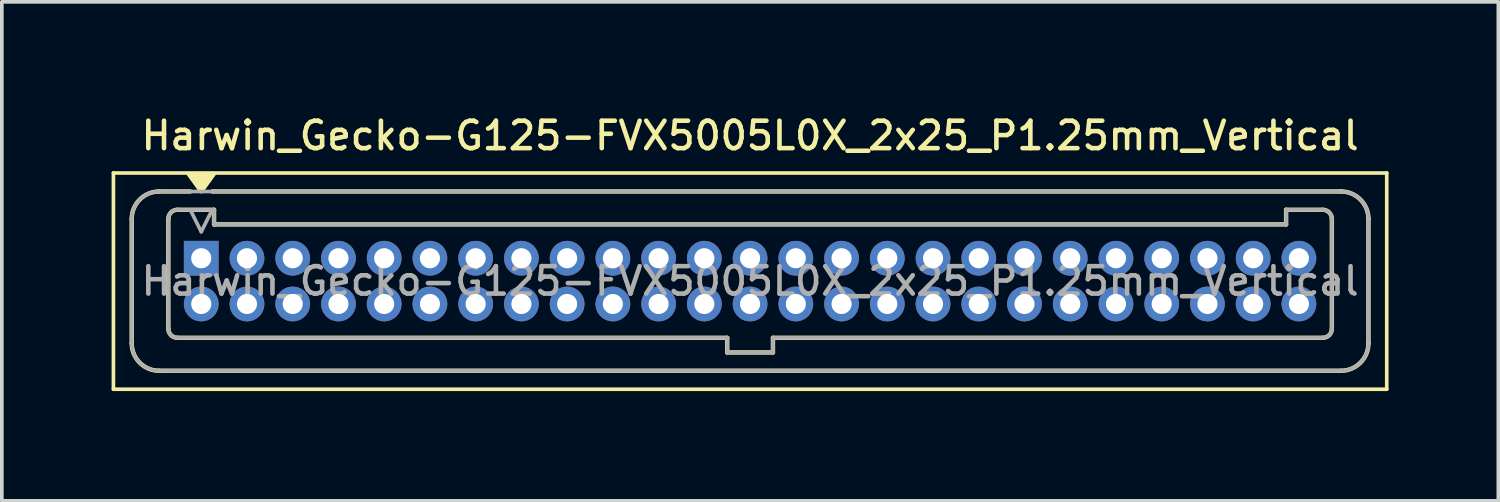
<source format=kicad_pcb>
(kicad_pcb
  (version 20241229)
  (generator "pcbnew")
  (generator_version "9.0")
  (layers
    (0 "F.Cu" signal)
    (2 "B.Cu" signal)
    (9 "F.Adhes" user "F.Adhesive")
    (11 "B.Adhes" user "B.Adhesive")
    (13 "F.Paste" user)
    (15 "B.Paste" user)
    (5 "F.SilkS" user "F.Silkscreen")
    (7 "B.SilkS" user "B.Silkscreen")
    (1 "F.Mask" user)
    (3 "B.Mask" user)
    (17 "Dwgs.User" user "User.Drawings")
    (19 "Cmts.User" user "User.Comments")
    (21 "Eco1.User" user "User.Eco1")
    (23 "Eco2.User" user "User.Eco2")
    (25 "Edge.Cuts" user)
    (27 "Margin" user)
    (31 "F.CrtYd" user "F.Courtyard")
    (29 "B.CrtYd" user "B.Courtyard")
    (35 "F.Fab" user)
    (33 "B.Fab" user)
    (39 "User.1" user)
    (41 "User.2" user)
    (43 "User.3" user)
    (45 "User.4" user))
  (footprint "Harwin_Gecko-G125-FVX5005L0X_2x25_P1.25mm_Vertical"
    (layer "F.Cu")
    (at 2.45 4.008)
    (property "Reference" "Harwin_Gecko-G125-FVX5005L0X_2x25_P1.25mm_Vertical" (at 15 -3.35 0) (layer "F.SilkS") (effects (font (size 0.75 0.75) (thickness 0.125))))
    (attr through_hole)
    (fp_line (start -2.4 -2.33) (end -2.4 3.58) (stroke (width 0.1) (type solid)) (layer "F.SilkS"))
    (fp_line (start -2.4 3.58) (end 32.4 3.58) (stroke (width 0.1) (type solid)) (layer "F.SilkS"))
    (fp_line (start -1.9 -1.075) (end -1.9 2.325) (stroke (width 0.12) (type solid)) (layer "F.SilkS"))
    (fp_line (start -1.15 -1.825) (end -0.3 -1.825) (stroke (width 0.12) (type solid)) (layer "F.SilkS"))
    (fp_line (start -1.15 3.075) (end 31.15 3.075) (stroke (width 0.12) (type solid)) (layer "F.SilkS"))
    (fp_line (start -0.9 -1.075) (end -0.9 1.925) (stroke (width 0.12) (type solid)) (layer "F.SilkS"))
    (fp_line (start -0.65 -1.325) (end 0.35 -1.325) (stroke (width 0.12) (type solid)) (layer "F.SilkS"))
    (fp_line (start -0.65 2.175) (end 14.375 2.175) (stroke (width 0.12) (type solid)) (layer "F.SilkS"))
    (fp_line (start 0.3 -1.825) (end 31.15 -1.825) (stroke (width 0.12) (type solid)) (layer "F.SilkS"))
    (fp_line (start 0.35 -1.325) (end 0.35 -0.925) (stroke (width 0.12) (type solid)) (layer "F.SilkS"))
    (fp_line (start 0.35 -0.925) (end 29.65 -0.925) (stroke (width 0.12) (type solid)) (layer "F.SilkS"))
    (fp_line (start 14.375 2.175) (end 14.375 2.575) (stroke (width 0.12) (type solid)) (layer "F.SilkS"))
    (fp_line (start 14.375 2.575) (end 15.625 2.575) (stroke (width 0.12) (type solid)) (layer "F.SilkS"))
    (fp_line (start 15.625 2.175) (end 30.65 2.175) (stroke (width 0.12) (type solid)) (layer "F.SilkS"))
    (fp_line (start 15.625 2.575) (end 15.625 2.175) (stroke (width 0.12) (type solid)) (layer "F.SilkS"))
    (fp_line (start 29.65 -1.325) (end 30.65 -1.325) (stroke (width 0.12) (type solid)) (layer "F.SilkS"))
    (fp_line (start 29.65 -0.925) (end 29.65 -1.325) (stroke (width 0.12) (type solid)) (layer "F.SilkS"))
    (fp_line (start 30.9 -1.075) (end 30.9 1.925) (stroke (width 0.12) (type solid)) (layer "F.SilkS"))
    (fp_line (start 31.9 -1.075) (end 31.9 2.325) (stroke (width 0.12) (type solid)) (layer "F.SilkS"))
    (fp_line (start 32.4 -2.33) (end -2.4 -2.33) (stroke (width 0.1) (type solid)) (layer "F.SilkS"))
    (fp_line (start 32.4 3.58) (end 32.4 -2.33) (stroke (width 0.1) (type solid)) (layer "F.SilkS"))
    (fp_arc (start -1.9 -1.075) (mid -1.68033 -1.60533) (end -1.15 -1.825) (stroke (width 0.12) (type solid)) (layer "F.SilkS"))
    (fp_arc (start -1.15 3.075) (mid -1.68033 2.85533) (end -1.9 2.325) (stroke (width 0.12) (type solid)) (layer "F.SilkS"))
    (fp_arc (start -0.9 -1.075) (mid -0.826777 -1.251777) (end -0.65 -1.325) (stroke (width 0.12) (type solid)) (layer "F.SilkS"))
    (fp_arc (start -0.65 2.175) (mid -0.826777 2.101777) (end -0.9 1.925) (stroke (width 0.12) (type solid)) (layer "F.SilkS"))
    (fp_arc (start 30.65 -1.325) (mid 30.826777 -1.251777) (end 30.9 -1.075) (stroke (width 0.12) (type solid)) (layer "F.SilkS"))
    (fp_arc (start 30.9 1.925) (mid 30.826777 2.101777) (end 30.65 2.175) (stroke (width 0.12) (type solid)) (layer "F.SilkS"))
    (fp_arc (start 31.15 -1.825) (mid 31.68033 -1.60533) (end 31.9 -1.075) (stroke (width 0.12) (type solid)) (layer "F.SilkS"))
    (fp_arc (start 31.9 2.325) (mid 31.68033 2.85533) (end 31.15 3.075) (stroke (width 0.12) (type solid)) (layer "F.SilkS"))
    (fp_poly (pts (xy 0 -1.83) (xy -0.34 -2.3) (xy 0.34 -2.3) (xy 0 -1.83)) (stroke (width 0.12) (type solid)) (fill yes) (layer "F.SilkS"))
    (fp_line (start -1.9 -1.075) (end -1.9 2.325) (stroke (width 0.1) (type solid)) (layer "F.Fab"))
    (fp_line (start -1.15 -1.825) (end 31.15 -1.825) (stroke (width 0.1) (type solid)) (layer "F.Fab"))
    (fp_line (start -1.15 3.075) (end 31.15 3.075) (stroke (width 0.1) (type solid)) (layer "F.Fab"))
    (fp_line (start -0.9 -1.075) (end -0.9 1.925) (stroke (width 0.1) (type solid)) (layer "F.Fab"))
    (fp_line (start -0.65 -1.325) (end 0.35 -1.325) (stroke (width 0.1) (type solid)) (layer "F.Fab"))
    (fp_line (start -0.65 2.175) (end 14.375 2.175) (stroke (width 0.1) (type solid)) (layer "F.Fab"))
    (fp_line (start 0 -0.725) (end -0.3 -1.325) (stroke (width 0.1) (type solid)) (layer "F.Fab"))
    (fp_line (start 0.3 -1.325) (end 0 -0.725) (stroke (width 0.1) (type solid)) (layer "F.Fab"))
    (fp_line (start 0.35 -1.325) (end 0.35 -0.925) (stroke (width 0.1) (type solid)) (layer "F.Fab"))
    (fp_line (start 0.35 -0.925) (end 29.65 -0.925) (stroke (width 0.1) (type solid)) (layer "F.Fab"))
    (fp_line (start 14.375 2.175) (end 14.375 2.575) (stroke (width 0.1) (type solid)) (layer "F.Fab"))
    (fp_line (start 14.375 2.575) (end 15.625 2.575) (stroke (width 0.1) (type solid)) (layer "F.Fab"))
    (fp_line (start 15.625 2.175) (end 30.65 2.175) (stroke (width 0.1) (type solid)) (layer "F.Fab"))
    (fp_line (start 15.625 2.575) (end 15.625 2.175) (stroke (width 0.1) (type solid)) (layer "F.Fab"))
    (fp_line (start 29.65 -1.325) (end 30.65 -1.325) (stroke (width 0.1) (type solid)) (layer "F.Fab"))
    (fp_line (start 29.65 -0.925) (end 29.65 -1.325) (stroke (width 0.1) (type solid)) (layer "F.Fab"))
    (fp_line (start 30.9 -1.075) (end 30.9 1.925) (stroke (width 0.1) (type solid)) (layer "F.Fab"))
    (fp_line (start 31.9 -1.075) (end 31.9 2.325) (stroke (width 0.1) (type solid)) (layer "F.Fab"))
    (fp_arc (start -1.9 -1.075) (mid -1.68033 -1.60533) (end -1.15 -1.825) (stroke (width 0.1) (type solid)) (layer "F.Fab"))
    (fp_arc (start -1.15 3.075) (mid -1.68033 2.85533) (end -1.9 2.325) (stroke (width 0.1) (type solid)) (layer "F.Fab"))
    (fp_arc (start -0.9 -1.075) (mid -0.826777 -1.251777) (end -0.65 -1.325) (stroke (width 0.1) (type solid)) (layer "F.Fab"))
    (fp_arc (start -0.65 2.175) (mid -0.826777 2.101777) (end -0.9 1.925) (stroke (width 0.1) (type solid)) (layer "F.Fab"))
    (fp_arc (start 30.65 -1.325) (mid 30.826777 -1.251777) (end 30.9 -1.075) (stroke (width 0.1) (type solid)) (layer "F.Fab"))
    (fp_arc (start 30.9 1.925) (mid 30.826777 2.101777) (end 30.65 2.175) (stroke (width 0.1) (type solid)) (layer "F.Fab"))
    (fp_arc (start 31.15 -1.825) (mid 31.68033 -1.60533) (end 31.9 -1.075) (stroke (width 0.1) (type solid)) (layer "F.Fab"))
    (fp_arc (start 31.9 2.325) (mid 31.68033 2.85533) (end 31.15 3.075) (stroke (width 0.1) (type solid)) (layer "F.Fab"))
    (fp_text user "${REFERENCE}" (at 15 0.625 0) (layer "F.Fab") (effects (font (size 0.75 0.75) (thickness 0.125))))
    (pad "1" thru_hole rect (at 0 0) (size 0.95 0.95) (drill 0.55) (layers "*.Cu" "*.Mask"))
    (pad "2" thru_hole circle (at 1.25 0) (size 0.95 0.95) (drill 0.55) (layers "*.Cu" "*.Mask"))
    (pad "3" thru_hole circle (at 2.5 0) (size 0.95 0.95) (drill 0.55) (layers "*.Cu" "*.Mask"))
    (pad "4" thru_hole circle (at 3.75 0) (size 0.95 0.95) (drill 0.55) (layers "*.Cu" "*.Mask"))
    (pad "5" thru_hole circle (at 5 0) (size 0.95 0.95) (drill 0.55) (layers "*.Cu" "*.Mask"))
    (pad "6" thru_hole circle (at 6.25 0) (size 0.95 0.95) (drill 0.55) (layers "*.Cu" "*.Mask"))
    (pad "7" thru_hole circle (at 7.5 0) (size 0.95 0.95) (drill 0.55) (layers "*.Cu" "*.Mask"))
    (pad "8" thru_hole circle (at 8.75 0) (size 0.95 0.95) (drill 0.55) (layers "*.Cu" "*.Mask"))
    (pad "9" thru_hole circle (at 10 0) (size 0.95 0.95) (drill 0.55) (layers "*.Cu" "*.Mask"))
    (pad "10" thru_hole circle (at 11.25 0) (size 0.95 0.95) (drill 0.55) (layers "*.Cu" "*.Mask"))
    (pad "11" thru_hole circle (at 12.5 0) (size 0.95 0.95) (drill 0.55) (layers "*.Cu" "*.Mask"))
    (pad "12" thru_hole circle (at 13.75 0) (size 0.95 0.95) (drill 0.55) (layers "*.Cu" "*.Mask"))
    (pad "13" thru_hole circle (at 15 0) (size 0.95 0.95) (drill 0.55) (layers "*.Cu" "*.Mask"))
    (pad "14" thru_hole circle (at 16.25 0) (size 0.95 0.95) (drill 0.55) (layers "*.Cu" "*.Mask"))
    (pad "15" thru_hole circle (at 17.5 0) (size 0.95 0.95) (drill 0.55) (layers "*.Cu" "*.Mask"))
    (pad "16" thru_hole circle (at 18.75 0) (size 0.95 0.95) (drill 0.55) (layers "*.Cu" "*.Mask"))
    (pad "17" thru_hole circle (at 20 0) (size 0.95 0.95) (drill 0.55) (layers "*.Cu" "*.Mask"))
    (pad "18" thru_hole circle (at 21.25 0) (size 0.95 0.95) (drill 0.55) (layers "*.Cu" "*.Mask"))
    (pad "19" thru_hole circle (at 22.5 0) (size 0.95 0.95) (drill 0.55) (layers "*.Cu" "*.Mask"))
    (pad "20" thru_hole circle (at 23.75 0) (size 0.95 0.95) (drill 0.55) (layers "*.Cu" "*.Mask"))
    (pad "21" thru_hole circle (at 25 0) (size 0.95 0.95) (drill 0.55) (layers "*.Cu" "*.Mask"))
    (pad "22" thru_hole circle (at 26.25 0) (size 0.95 0.95) (drill 0.55) (layers "*.Cu" "*.Mask"))
    (pad "23" thru_hole circle (at 27.5 0) (size 0.95 0.95) (drill 0.55) (layers "*.Cu" "*.Mask"))
    (pad "24" thru_hole circle (at 28.75 0) (size 0.95 0.95) (drill 0.55) (layers "*.Cu" "*.Mask"))
    (pad "25" thru_hole circle (at 30 0) (size 0.95 0.95) (drill 0.55) (layers "*.Cu" "*.Mask"))
    (pad "26" thru_hole circle (at 0 1.25) (size 0.95 0.95) (drill 0.55) (layers "*.Cu" "*.Mask"))
    (pad "27" thru_hole circle (at 1.25 1.25) (size 0.95 0.95) (drill 0.55) (layers "*.Cu" "*.Mask"))
    (pad "28" thru_hole circle (at 2.5 1.25) (size 0.95 0.95) (drill 0.55) (layers "*.Cu" "*.Mask"))
    (pad "29" thru_hole circle (at 3.75 1.25) (size 0.95 0.95) (drill 0.55) (layers "*.Cu" "*.Mask"))
    (pad "30" thru_hole circle (at 5 1.25) (size 0.95 0.95) (drill 0.55) (layers "*.Cu" "*.Mask"))
    (pad "31" thru_hole circle (at 6.25 1.25) (size 0.95 0.95) (drill 0.55) (layers "*.Cu" "*.Mask"))
    (pad "32" thru_hole circle (at 7.5 1.25) (size 0.95 0.95) (drill 0.55) (layers "*.Cu" "*.Mask"))
    (pad "33" thru_hole circle (at 8.75 1.25) (size 0.95 0.95) (drill 0.55) (layers "*.Cu" "*.Mask"))
    (pad "34" thru_hole circle (at 10 1.25) (size 0.95 0.95) (drill 0.55) (layers "*.Cu" "*.Mask"))
    (pad "35" thru_hole circle (at 11.25 1.25) (size 0.95 0.95) (drill 0.55) (layers "*.Cu" "*.Mask"))
    (pad "36" thru_hole circle (at 12.5 1.25) (size 0.95 0.95) (drill 0.55) (layers "*.Cu" "*.Mask"))
    (pad "37" thru_hole circle (at 13.75 1.25) (size 0.95 0.95) (drill 0.55) (layers "*.Cu" "*.Mask"))
    (pad "38" thru_hole circle (at 15 1.25) (size 0.95 0.95) (drill 0.55) (layers "*.Cu" "*.Mask"))
    (pad "39" thru_hole circle (at 16.25 1.25) (size 0.95 0.95) (drill 0.55) (layers "*.Cu" "*.Mask"))
    (pad "40" thru_hole circle (at 17.5 1.25) (size 0.95 0.95) (drill 0.55) (layers "*.Cu" "*.Mask"))
    (pad "41" thru_hole circle (at 18.75 1.25) (size 0.95 0.95) (drill 0.55) (layers "*.Cu" "*.Mask"))
    (pad "42" thru_hole circle (at 20 1.25) (size 0.95 0.95) (drill 0.55) (layers "*.Cu" "*.Mask"))
    (pad "43" thru_hole circle (at 21.25 1.25) (size 0.95 0.95) (drill 0.55) (layers "*.Cu" "*.Mask"))
    (pad "44" thru_hole circle (at 22.5 1.25) (size 0.95 0.95) (drill 0.55) (layers "*.Cu" "*.Mask"))
    (pad "45" thru_hole circle (at 23.75 1.25) (size 0.95 0.95) (drill 0.55) (layers "*.Cu" "*.Mask"))
    (pad "46" thru_hole circle (at 25 1.25) (size 0.95 0.95) (drill 0.55) (layers "*.Cu" "*.Mask"))
    (pad "47" thru_hole circle (at 26.25 1.25) (size 0.95 0.95) (drill 0.55) (layers "*.Cu" "*.Mask"))
    (pad "48" thru_hole circle (at 27.5 1.25) (size 0.95 0.95) (drill 0.55) (layers "*.Cu" "*.Mask"))
    (pad "49" thru_hole circle (at 28.75 1.25) (size 0.95 0.95) (drill 0.55) (layers "*.Cu" "*.Mask"))
    (pad "50" thru_hole circle (at 30 1.25) (size 0.95 0.95) (drill 0.55) (layers "*.Cu" "*.Mask")))
  (gr_rect
    (start -3 -3)
    (end 37.9 10.638)
    (stroke (width 0.1) (type default))
    (fill no)
    (layer "Edge.Cuts")))
</source>
